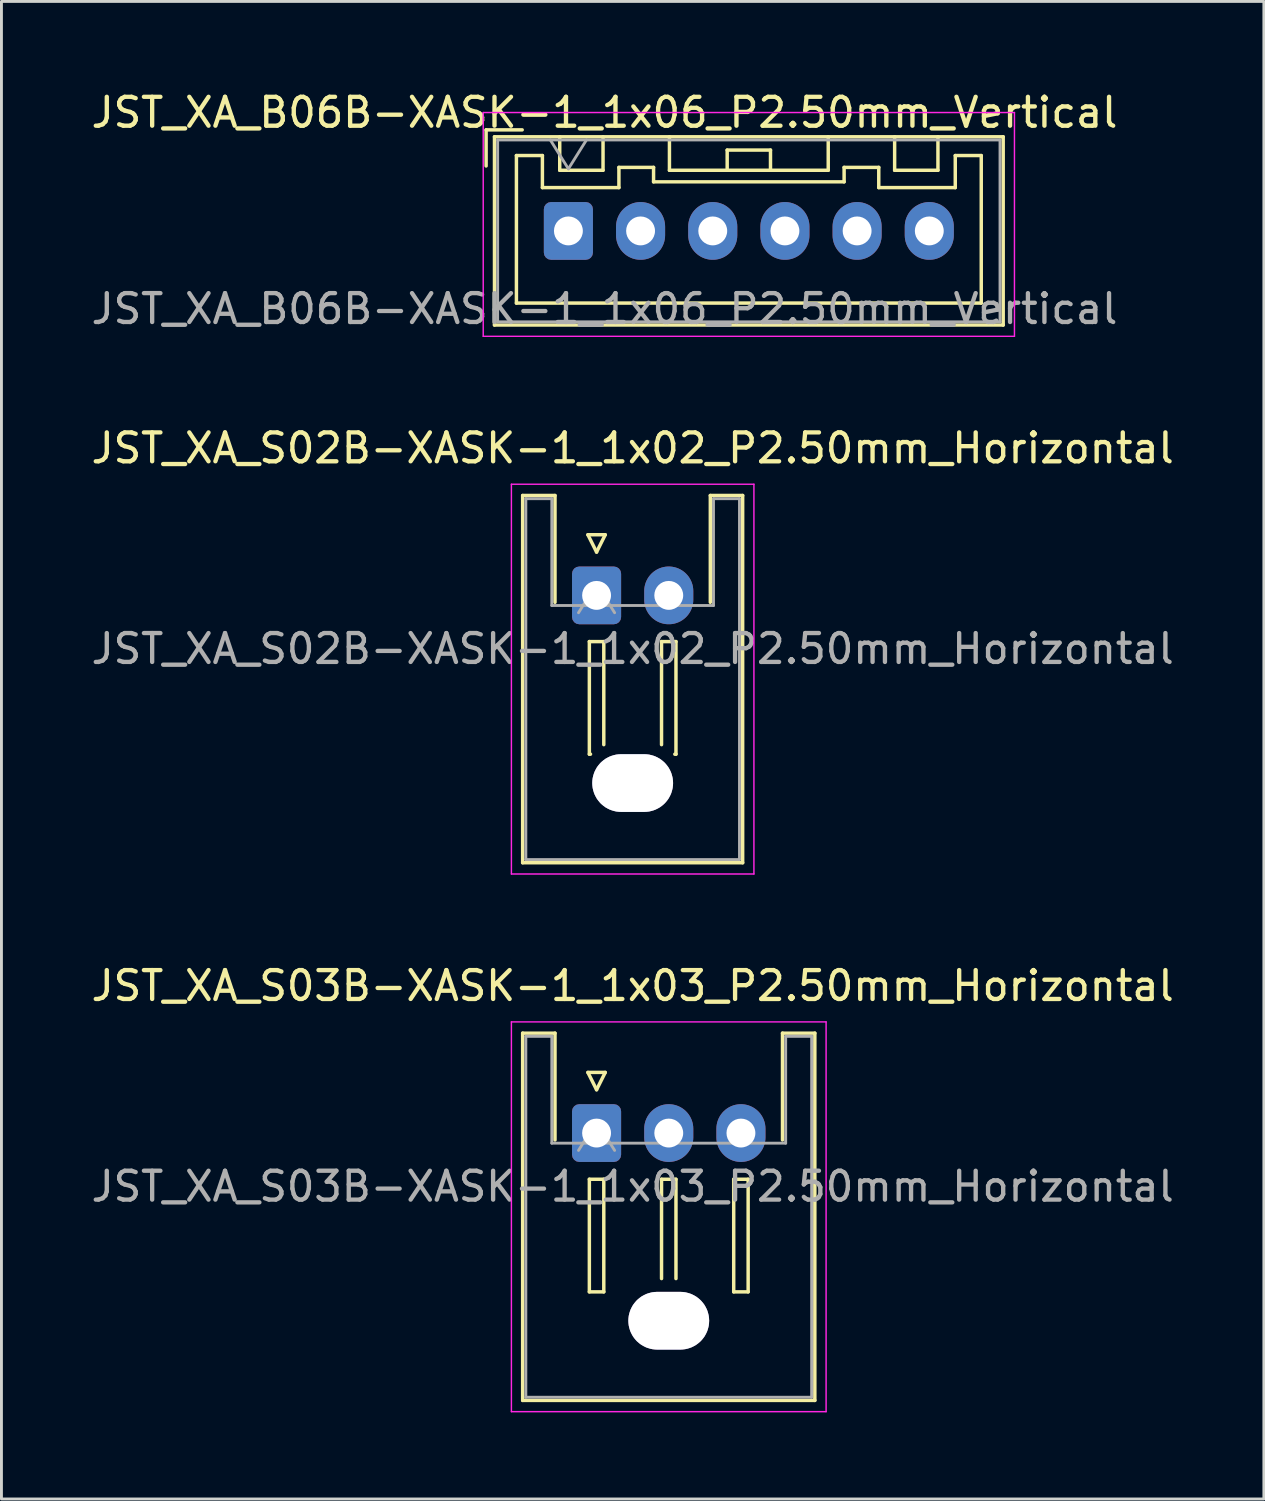
<source format=kicad_pcb>
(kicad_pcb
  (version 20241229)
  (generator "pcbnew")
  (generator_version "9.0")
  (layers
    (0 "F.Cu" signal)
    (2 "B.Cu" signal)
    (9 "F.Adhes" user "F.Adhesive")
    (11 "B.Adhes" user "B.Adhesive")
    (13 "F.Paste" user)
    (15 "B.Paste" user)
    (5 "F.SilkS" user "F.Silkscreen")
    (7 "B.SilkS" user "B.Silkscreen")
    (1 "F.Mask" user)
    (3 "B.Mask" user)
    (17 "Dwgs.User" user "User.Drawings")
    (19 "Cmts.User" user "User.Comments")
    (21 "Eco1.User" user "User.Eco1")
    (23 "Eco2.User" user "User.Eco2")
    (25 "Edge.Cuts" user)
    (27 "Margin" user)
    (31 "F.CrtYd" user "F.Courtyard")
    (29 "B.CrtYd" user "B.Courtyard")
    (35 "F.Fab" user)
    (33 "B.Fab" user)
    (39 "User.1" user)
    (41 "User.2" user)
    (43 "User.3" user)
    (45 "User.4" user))
  (footprint "JST_XA_S03B-XASK-1_1x03_P2.50mm_Horizontal"
    (layer "F.Cu")
    (at 17.613 36.195)
    (property "Reference" "JST_XA_S03B-XASK-1_1x03_P2.50mm_Horizontal" (at 1.25 -5.1 0) (layer "F.SilkS") (effects (font (size 1 1) (thickness 0.15))))
    (attr through_hole)
    (fp_line (start -2.56 -3.46) (end -1.44 -3.46) (stroke (width 0.12) (type solid)) (layer "F.SilkS"))
    (fp_line (start -2.56 9.26) (end -2.56 -3.46) (stroke (width 0.12) (type solid)) (layer "F.SilkS"))
    (fp_line (start -1.44 -3.46) (end -1.44 0.24) (stroke (width 0.12) (type solid)) (layer "F.SilkS"))
    (fp_line (start -0.3 -2.1) (end 0.3 -2.1) (stroke (width 0.12) (type solid)) (layer "F.SilkS"))
    (fp_line (start -0.25 1.6) (end -0.25 5.5) (stroke (width 0.12) (type solid)) (layer "F.SilkS"))
    (fp_line (start -0.25 5.5) (end 0.25 5.5) (stroke (width 0.12) (type solid)) (layer "F.SilkS"))
    (fp_line (start 0 -1.5) (end -0.3 -2.1) (stroke (width 0.12) (type solid)) (layer "F.SilkS"))
    (fp_line (start 0.25 1.6) (end -0.25 1.6) (stroke (width 0.12) (type solid)) (layer "F.SilkS"))
    (fp_line (start 0.25 5.5) (end 0.25 1.6) (stroke (width 0.12) (type solid)) (layer "F.SilkS"))
    (fp_line (start 0.3 -2.1) (end 0 -1.5) (stroke (width 0.12) (type solid)) (layer "F.SilkS"))
    (fp_line (start 2.25 1.6) (end 2.25 5.04) (stroke (width 0.12) (type solid)) (layer "F.SilkS"))
    (fp_line (start 2.75 1.6) (end 2.25 1.6) (stroke (width 0.12) (type solid)) (layer "F.SilkS"))
    (fp_line (start 2.75 5.04) (end 2.75 1.6) (stroke (width 0.12) (type solid)) (layer "F.SilkS"))
    (fp_line (start 4.75 1.6) (end 4.75 5.5) (stroke (width 0.12) (type solid)) (layer "F.SilkS"))
    (fp_line (start 4.75 5.5) (end 5.25 5.5) (stroke (width 0.12) (type solid)) (layer "F.SilkS"))
    (fp_line (start 5.25 1.6) (end 4.75 1.6) (stroke (width 0.12) (type solid)) (layer "F.SilkS"))
    (fp_line (start 5.25 5.5) (end 5.25 1.6) (stroke (width 0.12) (type solid)) (layer "F.SilkS"))
    (fp_line (start 6.44 -3.46) (end 6.44 0.24) (stroke (width 0.12) (type solid)) (layer "F.SilkS"))
    (fp_line (start 7.56 -3.46) (end 6.44 -3.46) (stroke (width 0.12) (type solid)) (layer "F.SilkS"))
    (fp_line (start 7.56 9.26) (end -2.56 9.26) (stroke (width 0.12) (type solid)) (layer "F.SilkS"))
    (fp_line (start 7.56 9.26) (end 7.56 -3.46) (stroke (width 0.12) (type solid)) (layer "F.SilkS"))
    (fp_line (start -2.95 -3.85) (end -2.95 9.65) (stroke (width 0.05) (type solid)) (layer "F.CrtYd"))
    (fp_line (start -2.95 9.65) (end 7.95 9.65) (stroke (width 0.05) (type solid)) (layer "F.CrtYd"))
    (fp_line (start 7.95 -3.85) (end -2.95 -3.85) (stroke (width 0.05) (type solid)) (layer "F.CrtYd"))
    (fp_line (start 7.95 9.65) (end 7.95 -3.85) (stroke (width 0.05) (type solid)) (layer "F.CrtYd"))
    (fp_line (start -2.45 -3.35) (end -1.55 -3.35) (stroke (width 0.1) (type solid)) (layer "F.Fab"))
    (fp_line (start -2.45 9.15) (end -2.45 -3.35) (stroke (width 0.1) (type solid)) (layer "F.Fab"))
    (fp_line (start -1.55 -3.35) (end -1.55 0.35) (stroke (width 0.1) (type solid)) (layer "F.Fab"))
    (fp_line (start -1.55 0.35) (end 6.55 0.35) (stroke (width 0.1) (type solid)) (layer "F.Fab"))
    (fp_line (start -0.625 0.6) (end 0 -0.4) (stroke (width 0.1) (type solid)) (layer "F.Fab"))
    (fp_line (start 0 -0.4) (end 0.625 0.6) (stroke (width 0.1) (type solid)) (layer "F.Fab"))
    (fp_line (start 6.55 -3.35) (end 6.55 0.35) (stroke (width 0.1) (type solid)) (layer "F.Fab"))
    (fp_line (start 7.45 -3.35) (end 6.55 -3.35) (stroke (width 0.1) (type solid)) (layer "F.Fab"))
    (fp_line (start 7.45 9.15) (end -2.45 9.15) (stroke (width 0.1) (type solid)) (layer "F.Fab"))
    (fp_line (start 7.45 9.15) (end 7.45 -3.35) (stroke (width 0.1) (type solid)) (layer "F.Fab"))
    (fp_text user "${REFERENCE}" (at 1.25 1.85 0) (layer "F.Fab") (effects (font (size 1 1) (thickness 0.15))))
    (pad "" np_thru_hole roundrect (at 2.5 6.5) (size 2.8 2) (drill oval 2.8 2) (layers "*.Cu" "*.Mask") (roundrect_rratio 0.5))
    (pad "1" thru_hole roundrect (at 0 0) (size 1.7 2) (drill 1) (layers "*.Cu" "*.Mask") (roundrect_rratio 0.147))
    (pad "2" thru_hole oval (at 2.5 0) (size 1.7 2) (drill 1) (layers "*.Cu" "*.Mask"))
    (pad "3" thru_hole oval (at 5 0) (size 1.7 2) (drill 1) (layers "*.Cu" "*.Mask")))
  (footprint "JST_XA_S02B-XASK-1_1x02_P2.50mm_Horizontal"
    (layer "F.Cu")
    (at 17.613 17.572)
    (property "Reference" "JST_XA_S02B-XASK-1_1x02_P2.50mm_Horizontal" (at 1.25 -5.1 0) (layer "F.SilkS") (effects (font (size 1 1) (thickness 0.15))))
    (attr through_hole)
    (fp_line (start -2.56 -3.46) (end -1.44 -3.46) (stroke (width 0.12) (type solid)) (layer "F.SilkS"))
    (fp_line (start -2.56 9.26) (end -2.56 -3.46) (stroke (width 0.12) (type solid)) (layer "F.SilkS"))
    (fp_line (start -1.44 -3.46) (end -1.44 0.24) (stroke (width 0.12) (type solid)) (layer "F.SilkS"))
    (fp_line (start -0.3 -2.1) (end 0.3 -2.1) (stroke (width 0.12) (type solid)) (layer "F.SilkS"))
    (fp_line (start -0.25 1.6) (end -0.25 5.5) (stroke (width 0.12) (type solid)) (layer "F.SilkS"))
    (fp_line (start -0.25 5.5) (end -0.21 5.5) (stroke (width 0.12) (type solid)) (layer "F.SilkS"))
    (fp_line (start 0 -1.5) (end -0.3 -2.1) (stroke (width 0.12) (type solid)) (layer "F.SilkS"))
    (fp_line (start 0.25 1.6) (end -0.25 1.6) (stroke (width 0.12) (type solid)) (layer "F.SilkS"))
    (fp_line (start 0.25 5.17) (end 0.25 1.6) (stroke (width 0.12) (type solid)) (layer "F.SilkS"))
    (fp_line (start 0.3 -2.1) (end 0 -1.5) (stroke (width 0.12) (type solid)) (layer "F.SilkS"))
    (fp_line (start 2.25 1.6) (end 2.25 5.17) (stroke (width 0.12) (type solid)) (layer "F.SilkS"))
    (fp_line (start 2.71 5.5) (end 2.75 5.5) (stroke (width 0.12) (type solid)) (layer "F.SilkS"))
    (fp_line (start 2.75 1.6) (end 2.25 1.6) (stroke (width 0.12) (type solid)) (layer "F.SilkS"))
    (fp_line (start 2.75 5.5) (end 2.75 1.6) (stroke (width 0.12) (type solid)) (layer "F.SilkS"))
    (fp_line (start 3.94 -3.46) (end 3.94 0.24) (stroke (width 0.12) (type solid)) (layer "F.SilkS"))
    (fp_line (start 5.06 -3.46) (end 3.94 -3.46) (stroke (width 0.12) (type solid)) (layer "F.SilkS"))
    (fp_line (start 5.06 9.26) (end -2.56 9.26) (stroke (width 0.12) (type solid)) (layer "F.SilkS"))
    (fp_line (start 5.06 9.26) (end 5.06 -3.46) (stroke (width 0.12) (type solid)) (layer "F.SilkS"))
    (fp_line (start -2.95 -3.85) (end -2.95 9.65) (stroke (width 0.05) (type solid)) (layer "F.CrtYd"))
    (fp_line (start -2.95 9.65) (end 5.45 9.65) (stroke (width 0.05) (type solid)) (layer "F.CrtYd"))
    (fp_line (start 5.45 -3.85) (end -2.95 -3.85) (stroke (width 0.05) (type solid)) (layer "F.CrtYd"))
    (fp_line (start 5.45 9.65) (end 5.45 -3.85) (stroke (width 0.05) (type solid)) (layer "F.CrtYd"))
    (fp_line (start -2.45 -3.35) (end -1.55 -3.35) (stroke (width 0.1) (type solid)) (layer "F.Fab"))
    (fp_line (start -2.45 9.15) (end -2.45 -3.35) (stroke (width 0.1) (type solid)) (layer "F.Fab"))
    (fp_line (start -1.55 -3.35) (end -1.55 0.35) (stroke (width 0.1) (type solid)) (layer "F.Fab"))
    (fp_line (start -1.55 0.35) (end 4.05 0.35) (stroke (width 0.1) (type solid)) (layer "F.Fab"))
    (fp_line (start -0.625 0.6) (end 0 -0.4) (stroke (width 0.1) (type solid)) (layer "F.Fab"))
    (fp_line (start 0 -0.4) (end 0.625 0.6) (stroke (width 0.1) (type solid)) (layer "F.Fab"))
    (fp_line (start 4.05 -3.35) (end 4.05 0.35) (stroke (width 0.1) (type solid)) (layer "F.Fab"))
    (fp_line (start 4.95 -3.35) (end 4.05 -3.35) (stroke (width 0.1) (type solid)) (layer "F.Fab"))
    (fp_line (start 4.95 9.15) (end -2.45 9.15) (stroke (width 0.1) (type solid)) (layer "F.Fab"))
    (fp_line (start 4.95 9.15) (end 4.95 -3.35) (stroke (width 0.1) (type solid)) (layer "F.Fab"))
    (fp_text user "${REFERENCE}" (at 1.25 1.85 0) (layer "F.Fab") (effects (font (size 1 1) (thickness 0.15))))
    (pad "" np_thru_hole roundrect (at 1.25 6.5) (size 2.8 2) (drill oval 2.8 2) (layers "*.Cu" "*.Mask") (roundrect_rratio 0.5))
    (pad "1" thru_hole roundrect (at 0 0) (size 1.7 2) (drill 1) (layers "*.Cu" "*.Mask") (roundrect_rratio 0.147))
    (pad "2" thru_hole oval (at 2.5 0) (size 1.7 2) (drill 1) (layers "*.Cu" "*.Mask")))
  (footprint "JST_XA_B06B-XASK-1_1x06_P2.50mm_Vertical"
    (layer "F.Cu")
    (at 16.637 4.948)
    (property "Reference" "JST_XA_B06B-XASK-1_1x06_P2.50mm_Vertical" (at 1.25 -4.1 0) (layer "F.SilkS") (effects (font (size 1 1) (thickness 0.15))))
    (attr through_hole)
    (fp_line (start -2.85 -3.5) (end -2.85 -2.25) (stroke (width 0.12) (type solid)) (layer "F.SilkS"))
    (fp_line (start -2.56 -3.26) (end -2.56 3.26) (stroke (width 0.12) (type solid)) (layer "F.SilkS"))
    (fp_line (start -2.56 3.26) (end 15.06 3.26) (stroke (width 0.12) (type solid)) (layer "F.SilkS"))
    (fp_line (start -1.8 -2.61) (end -1.8 2.5) (stroke (width 0.12) (type solid)) (layer "F.SilkS"))
    (fp_line (start -1.8 2.5) (end 14.3 2.5) (stroke (width 0.12) (type solid)) (layer "F.SilkS"))
    (fp_line (start -1.6 -3.5) (end -2.85 -3.5) (stroke (width 0.12) (type solid)) (layer "F.SilkS"))
    (fp_line (start -0.9 -2.61) (end -1.8 -2.61) (stroke (width 0.12) (type solid)) (layer "F.SilkS"))
    (fp_line (start -0.9 -2.61) (end -0.9 -1.5) (stroke (width 0.12) (type solid)) (layer "F.SilkS"))
    (fp_line (start -0.9 -1.5) (end 1.75 -1.5) (stroke (width 0.12) (type solid)) (layer "F.SilkS"))
    (fp_line (start -0.3 -3.26) (end -0.3 -2.1) (stroke (width 0.12) (type solid)) (layer "F.SilkS"))
    (fp_line (start 1.2 -3.26) (end 1.2 -2.1) (stroke (width 0.12) (type solid)) (layer "F.SilkS"))
    (fp_line (start 1.2 -2.1) (end -0.3 -2.1) (stroke (width 0.12) (type solid)) (layer "F.SilkS"))
    (fp_line (start 1.75 -2.2) (end 1.75 -1.5) (stroke (width 0.12) (type solid)) (layer "F.SilkS"))
    (fp_line (start 1.75 -2.2) (end 2.95 -2.2) (stroke (width 0.12) (type solid)) (layer "F.SilkS"))
    (fp_line (start 2.95 -2.2) (end 2.95 -1.7) (stroke (width 0.12) (type solid)) (layer "F.SilkS"))
    (fp_line (start 3.5 -3.26) (end 3.5 -2.1) (stroke (width 0.12) (type solid)) (layer "F.SilkS"))
    (fp_line (start 5.5 -2.1) (end 5.5 -2.8) (stroke (width 0.12) (type solid)) (layer "F.SilkS"))
    (fp_line (start 7 -2.8) (end 5.5 -2.8) (stroke (width 0.12) (type solid)) (layer "F.SilkS"))
    (fp_line (start 7 -2.1) (end 7 -2.8) (stroke (width 0.12) (type solid)) (layer "F.SilkS"))
    (fp_line (start 9 -2.1) (end 3.5 -2.1) (stroke (width 0.12) (type solid)) (layer "F.SilkS"))
    (fp_line (start 9 -2.1) (end 9 -3.26) (stroke (width 0.12) (type solid)) (layer "F.SilkS"))
    (fp_line (start 9.55 -2.2) (end 9.55 -1.7) (stroke (width 0.12) (type solid)) (layer "F.SilkS"))
    (fp_line (start 9.55 -1.7) (end 2.95 -1.7) (stroke (width 0.12) (type solid)) (layer "F.SilkS"))
    (fp_line (start 10.75 -2.2) (end 9.55 -2.2) (stroke (width 0.12) (type solid)) (layer "F.SilkS"))
    (fp_line (start 10.75 -2.2) (end 10.75 -1.5) (stroke (width 0.12) (type solid)) (layer "F.SilkS"))
    (fp_line (start 11.3 -3.26) (end 11.3 -2.1) (stroke (width 0.12) (type solid)) (layer "F.SilkS"))
    (fp_line (start 11.3 -2.1) (end 12.8 -2.1) (stroke (width 0.12) (type solid)) (layer "F.SilkS"))
    (fp_line (start 12.8 -3.26) (end 12.8 -2.1) (stroke (width 0.12) (type solid)) (layer "F.SilkS"))
    (fp_line (start 13.4 -2.61) (end 13.4 -1.5) (stroke (width 0.12) (type solid)) (layer "F.SilkS"))
    (fp_line (start 13.4 -2.61) (end 14.3 -2.61) (stroke (width 0.12) (type solid)) (layer "F.SilkS"))
    (fp_line (start 13.4 -1.5) (end 10.75 -1.5) (stroke (width 0.12) (type solid)) (layer "F.SilkS"))
    (fp_line (start 14.3 2.5) (end 14.3 -2.61) (stroke (width 0.12) (type solid)) (layer "F.SilkS"))
    (fp_line (start 15.06 -3.26) (end -2.56 -3.26) (stroke (width 0.12) (type solid)) (layer "F.SilkS"))
    (fp_line (start 15.06 3.26) (end 15.06 -3.26) (stroke (width 0.12) (type solid)) (layer "F.SilkS"))
    (fp_line (start -2.95 -4.1) (end -2.95 3.65) (stroke (width 0.05) (type solid)) (layer "F.CrtYd"))
    (fp_line (start -2.95 3.65) (end 15.45 3.65) (stroke (width 0.05) (type solid)) (layer "F.CrtYd"))
    (fp_line (start 15.45 -4.1) (end -2.95 -4.1) (stroke (width 0.05) (type solid)) (layer "F.CrtYd"))
    (fp_line (start 15.45 3.65) (end 15.45 -4.1) (stroke (width 0.05) (type solid)) (layer "F.CrtYd"))
    (fp_line (start -2.45 -3.15) (end -2.45 3.15) (stroke (width 0.1) (type solid)) (layer "F.Fab"))
    (fp_line (start -2.45 3.15) (end 14.95 3.15) (stroke (width 0.1) (type solid)) (layer "F.Fab"))
    (fp_line (start -0.625 -3.15) (end 0 -2.15) (stroke (width 0.1) (type solid)) (layer "F.Fab"))
    (fp_line (start 0 -2.15) (end 0.625 -3.15) (stroke (width 0.1) (type solid)) (layer "F.Fab"))
    (fp_line (start 14.95 -3.15) (end -2.45 -3.15) (stroke (width 0.1) (type solid)) (layer "F.Fab"))
    (fp_line (start 14.95 3.15) (end 14.95 -3.15) (stroke (width 0.1) (type solid)) (layer "F.Fab"))
    (fp_text user "${REFERENCE}" (at 1.25 2.7 0) (layer "F.Fab") (effects (font (size 1 1) (thickness 0.15))))
    (pad "1" thru_hole roundrect (at 0 0) (size 1.7 2) (drill 1) (layers "*.Cu" "*.Mask") (roundrect_rratio 0.147))
    (pad "2" thru_hole oval (at 2.5 0) (size 1.7 2) (drill 1) (layers "*.Cu" "*.Mask"))
    (pad "3" thru_hole oval (at 5 0) (size 1.7 2) (drill 1) (layers "*.Cu" "*.Mask"))
    (pad "4" thru_hole oval (at 7.5 0) (size 1.7 2) (drill 1) (layers "*.Cu" "*.Mask"))
    (pad "5" thru_hole oval (at 10 0) (size 1.7 2) (drill 1) (layers "*.Cu" "*.Mask"))
    (pad "6" thru_hole oval (at 12.5 0) (size 1.7 2) (drill 1) (layers "*.Cu" "*.Mask")))
  (gr_rect
    (start -3 -3)
    (end 40.726 48.87)
    (stroke (width 0.1) (type default))
    (fill no)
    (layer "Edge.Cuts")))
</source>
